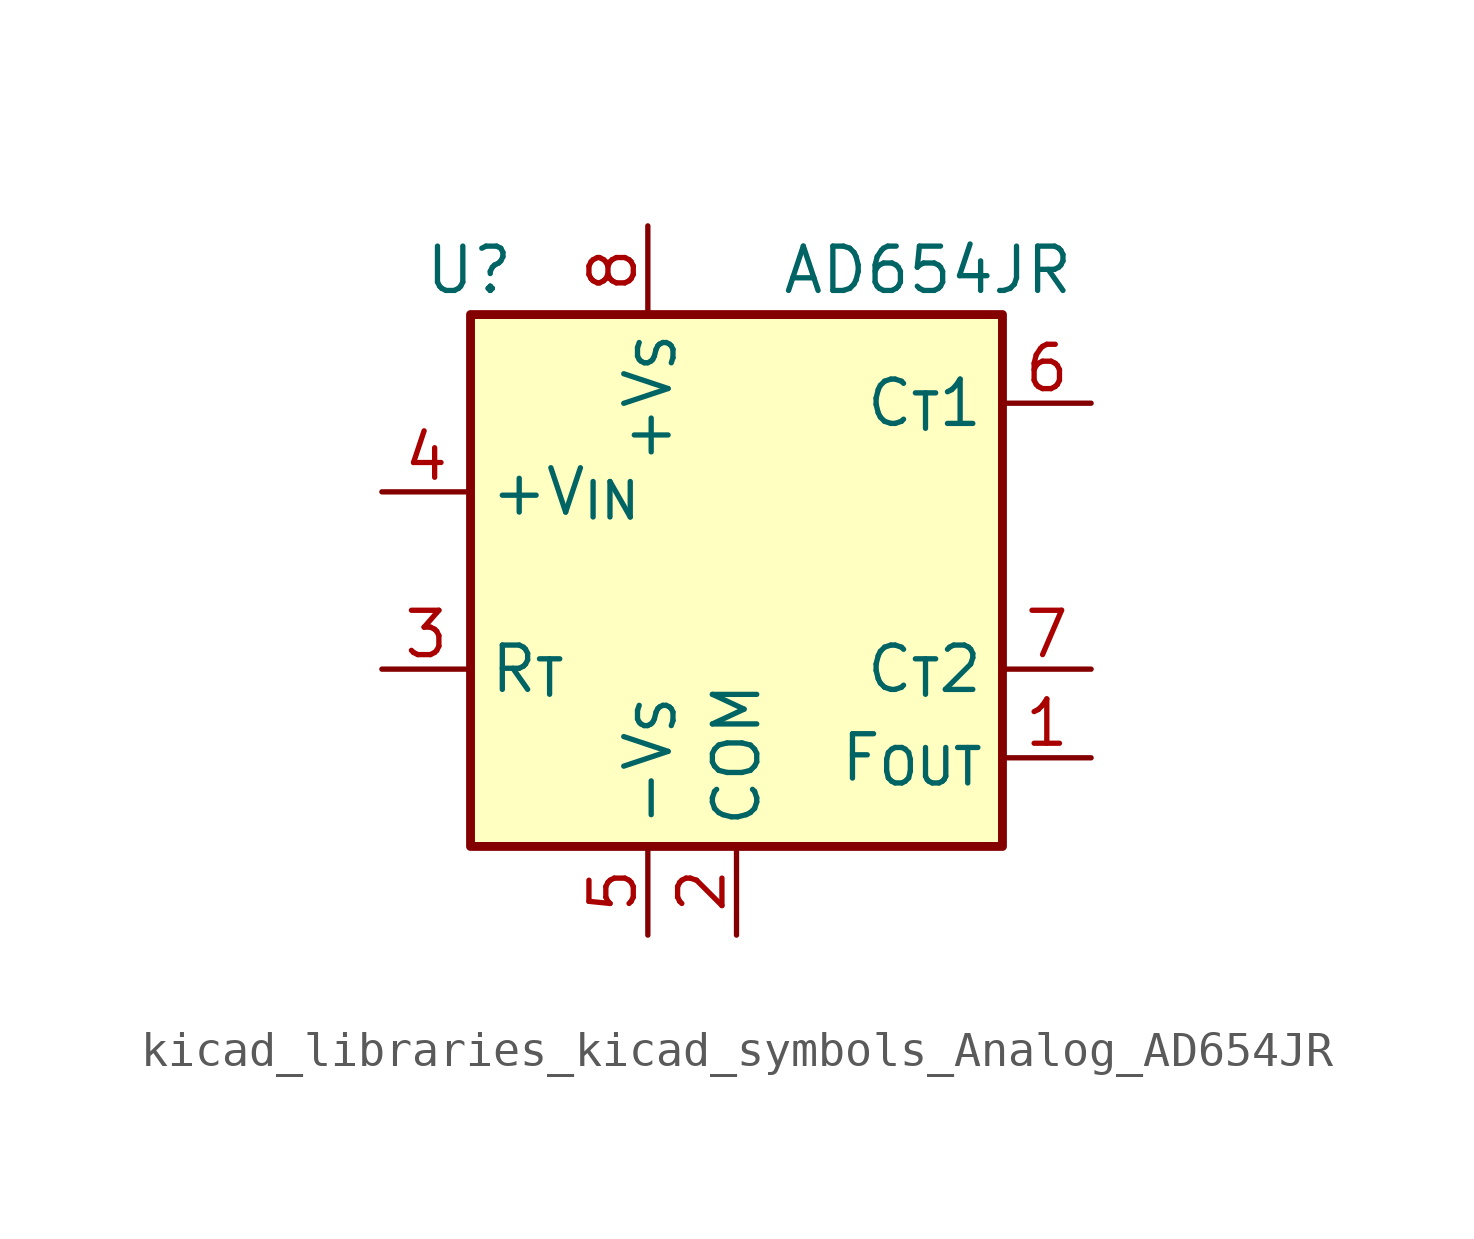
<source format=kicad_sym>
(kicad_symbol_lib
  (version 20220914)
  (generator kicad_symbol_editor)
  (symbol "kicad_libraries_kicad_symbols_Analog_AD654JR"
    (property "Reference" "U"
      (at -6.35 8.89 0)
      (effects (font (size 1.27 1.27)) (justify right)))
    (property "Value" "AD654JR"
      (at 1.27 8.89 0)
      (effects (font (size 1.27 1.27)) (justify left)))
    (symbol "kicad_libraries_kicad_symbols_Analog_AD654JR_0_1"
      (rectangle (start -7.62 7.62) (end 7.62 -7.62) (stroke (width 0.254) (type default)) (fill (type background))))
    (symbol "kicad_libraries_kicad_symbols_Analog_AD654JR_1_1"
      (pin open_collector line (at 10.16 -5.08 180) (length 2.54) (name "F_{OUT}" (effects (font (size 1.27 1.27)))) (number "1" (effects (font (size 1.27 1.27)))))
      (pin power_in line (at 0 -10.16 90) (length 2.54) (name "COM" (effects (font (size 1.27 1.27)))) (number "2" (effects (font (size 1.27 1.27)))))
      (pin input line (at -10.16 -2.54 0) (length 2.54) (name "R_{T}" (effects (font (size 1.27 1.27)))) (number "3" (effects (font (size 1.27 1.27)))))
      (pin input line (at -10.16 2.54 0) (length 2.54) (name "+V_{IN}" (effects (font (size 1.27 1.27)))) (number "4" (effects (font (size 1.27 1.27)))))
      (pin power_in line (at -2.54 -10.16 90) (length 2.54) (name "-V_{S}" (effects (font (size 1.27 1.27)))) (number "5" (effects (font (size 1.27 1.27)))))
      (pin passive line (at 10.16 5.08 180) (length 2.54) (name "C_{T}1" (effects (font (size 1.27 1.27)))) (number "6" (effects (font (size 1.27 1.27)))))
      (pin passive line (at 10.16 -2.54 180) (length 2.54) (name "C_{T}2" (effects (font (size 1.27 1.27)))) (number "7" (effects (font (size 1.27 1.27)))))
      (pin power_in line (at -2.54 10.16 270) (length 2.54) (name "+V_{S}" (effects (font (size 1.27 1.27)))) (number "8" (effects (font (size 1.27 1.27))))))))
</source>
